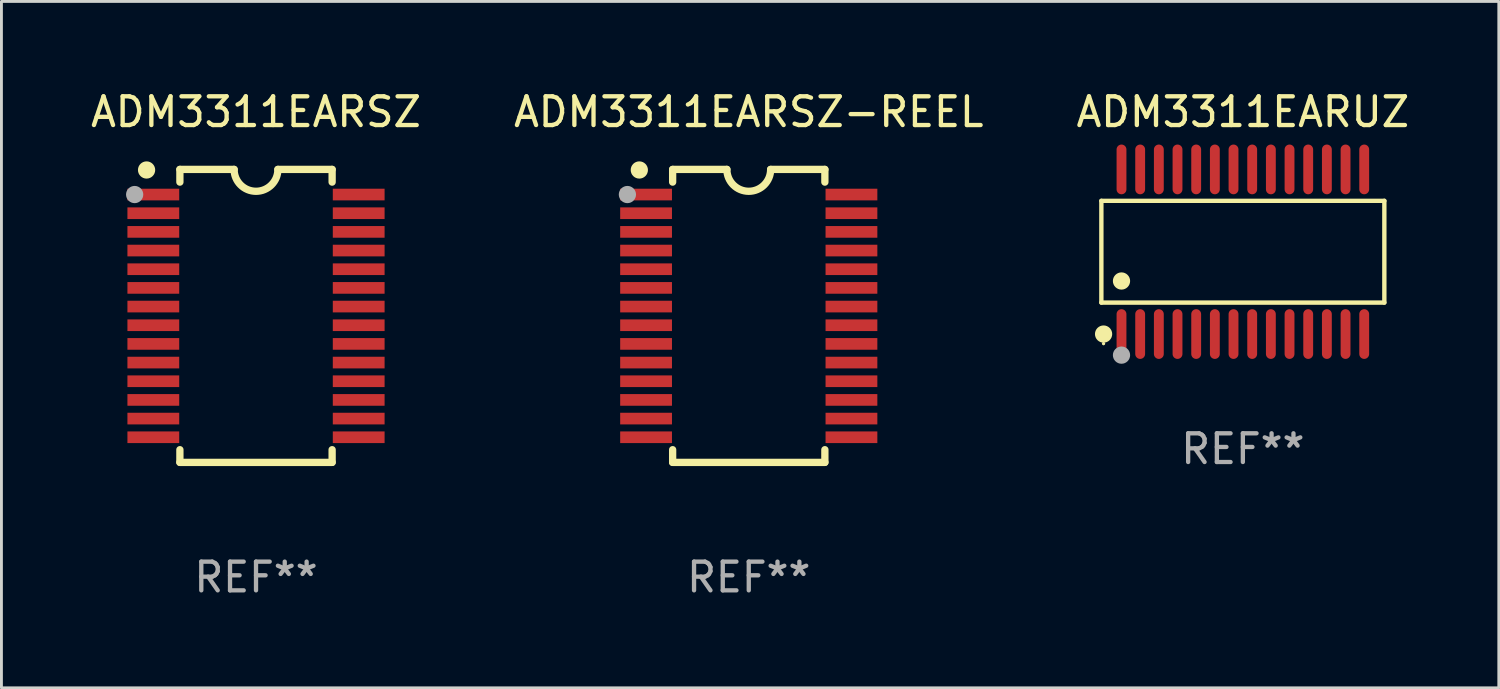
<source format=kicad_pcb>
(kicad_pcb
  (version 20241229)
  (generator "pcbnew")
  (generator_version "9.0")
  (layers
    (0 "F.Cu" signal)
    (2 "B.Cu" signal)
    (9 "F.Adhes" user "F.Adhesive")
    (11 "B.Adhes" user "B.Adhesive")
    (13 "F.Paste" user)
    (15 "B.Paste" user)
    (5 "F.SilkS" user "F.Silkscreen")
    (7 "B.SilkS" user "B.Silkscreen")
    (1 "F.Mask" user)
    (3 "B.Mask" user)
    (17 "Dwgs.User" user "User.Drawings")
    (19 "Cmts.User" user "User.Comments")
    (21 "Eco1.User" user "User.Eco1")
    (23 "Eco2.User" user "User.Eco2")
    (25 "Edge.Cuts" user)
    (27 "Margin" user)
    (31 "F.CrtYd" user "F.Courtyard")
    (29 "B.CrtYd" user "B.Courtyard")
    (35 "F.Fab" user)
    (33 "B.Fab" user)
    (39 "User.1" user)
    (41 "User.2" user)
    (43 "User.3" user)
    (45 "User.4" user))
  (footprint "ADM3311EARSZ"
    (layer "F.Cu")
    (at 5.863 7.948)
    (property "Reference" "ADM3311EARSZ" (at 0 -7.1 0) (layer "F.SilkS") (effects (font (size 1 1) (thickness 0.15))))
    (attr through_hole)
    (fp_line (start -2.65 -5.1) (end -0.762 -5.1) (stroke (width 0.254) (type solid)) (layer "F.SilkS"))
    (fp_line (start -2.65 -4.658) (end -2.65 -5.1) (stroke (width 0.254) (type solid)) (layer "F.SilkS"))
    (fp_line (start -2.65 5.1) (end -2.65 4.658) (stroke (width 0.254) (type solid)) (layer "F.SilkS"))
    (fp_line (start -2.65 5.1) (end 2.65 5.1) (stroke (width 0.254) (type solid)) (layer "F.SilkS"))
    (fp_line (start 2.65 -5.1) (end 0.762 -5.1) (stroke (width 0.254) (type solid)) (layer "F.SilkS"))
    (fp_line (start 2.65 -5.1) (end 2.65 -4.658) (stroke (width 0.254) (type solid)) (layer "F.SilkS"))
    (fp_line (start 2.65 4.658) (end 2.65 5.1) (stroke (width 0.254) (type solid)) (layer "F.SilkS"))
    (fp_arc (start 0.761925 -5.1) (mid -0.000241 -4.338329) (end -0.762077 -5.10033) (stroke (width 0.254001) (type solid)) (layer "F.SilkS"))
    (fp_circle (center -3.858 -5.07) (end -3.828 -5.07) (stroke (width 0.06) (type solid)) (fill no) (layer "F.SilkS"))
    (fp_circle (center -3.81 -5.08) (end -3.66 -5.08) (stroke (width 0.3) (type solid)) (fill no) (layer "F.SilkS"))
    (fp_circle (center -4.225 -4.225) (end -4.075 -4.225) (stroke (width 0.3) (type solid)) (fill no) (layer "F.Fab"))
    (fp_text user "REF**" (at 0 9.1 0) (layer "F.Fab") (effects (font (size 1 1) (thickness 0.15))))
    (pad "1" smd rect (at -3.575 -4.225) (size 1.803 0.406) (layers "F.Cu" "F.Mask" "F.Paste"))
    (pad "2" smd rect (at -3.575 -3.575) (size 1.803 0.406) (layers "F.Cu" "F.Mask" "F.Paste"))
    (pad "3" smd rect (at -3.575 -2.925) (size 1.803 0.406) (layers "F.Cu" "F.Mask" "F.Paste"))
    (pad "4" smd rect (at -3.575 -2.275) (size 1.803 0.406) (layers "F.Cu" "F.Mask" "F.Paste"))
    (pad "5" smd rect (at -3.575 -1.625) (size 1.803 0.406) (layers "F.Cu" "F.Mask" "F.Paste"))
    (pad "6" smd rect (at -3.575 -0.975) (size 1.803 0.406) (layers "F.Cu" "F.Mask" "F.Paste"))
    (pad "7" smd rect (at -3.575 -0.325) (size 1.803 0.406) (layers "F.Cu" "F.Mask" "F.Paste"))
    (pad "8" smd rect (at -3.575 0.325) (size 1.803 0.406) (layers "F.Cu" "F.Mask" "F.Paste"))
    (pad "9" smd rect (at -3.575 0.975) (size 1.803 0.406) (layers "F.Cu" "F.Mask" "F.Paste"))
    (pad "10" smd rect (at -3.575 1.625) (size 1.803 0.406) (layers "F.Cu" "F.Mask" "F.Paste"))
    (pad "11" smd rect (at -3.575 2.275) (size 1.803 0.406) (layers "F.Cu" "F.Mask" "F.Paste"))
    (pad "12" smd rect (at -3.575 2.925) (size 1.803 0.406) (layers "F.Cu" "F.Mask" "F.Paste"))
    (pad "13" smd rect (at -3.575 3.575) (size 1.803 0.406) (layers "F.Cu" "F.Mask" "F.Paste"))
    (pad "14" smd rect (at -3.575 4.225) (size 1.803 0.406) (layers "F.Cu" "F.Mask" "F.Paste"))
    (pad "15" smd rect (at 3.575 4.225) (size 1.803 0.406) (layers "F.Cu" "F.Mask" "F.Paste"))
    (pad "16" smd rect (at 3.575 3.575) (size 1.803 0.406) (layers "F.Cu" "F.Mask" "F.Paste"))
    (pad "17" smd rect (at 3.575 2.925) (size 1.803 0.406) (layers "F.Cu" "F.Mask" "F.Paste"))
    (pad "18" smd rect (at 3.575 2.275) (size 1.803 0.406) (layers "F.Cu" "F.Mask" "F.Paste"))
    (pad "19" smd rect (at 3.575 1.625) (size 1.803 0.406) (layers "F.Cu" "F.Mask" "F.Paste"))
    (pad "20" smd rect (at 3.575 0.975) (size 1.803 0.406) (layers "F.Cu" "F.Mask" "F.Paste"))
    (pad "21" smd rect (at 3.575 0.325) (size 1.803 0.406) (layers "F.Cu" "F.Mask" "F.Paste"))
    (pad "22" smd rect (at 3.575 -0.325) (size 1.803 0.406) (layers "F.Cu" "F.Mask" "F.Paste"))
    (pad "23" smd rect (at 3.575 -0.975) (size 1.803 0.406) (layers "F.Cu" "F.Mask" "F.Paste"))
    (pad "24" smd rect (at 3.575 -1.625) (size 1.803 0.406) (layers "F.Cu" "F.Mask" "F.Paste"))
    (pad "25" smd rect (at 3.575 -2.275) (size 1.803 0.406) (layers "F.Cu" "F.Mask" "F.Paste"))
    (pad "26" smd rect (at 3.575 -2.925) (size 1.803 0.406) (layers "F.Cu" "F.Mask" "F.Paste"))
    (pad "27" smd rect (at 3.575 -3.575) (size 1.803 0.406) (layers "F.Cu" "F.Mask" "F.Paste"))
    (pad "28" smd rect (at 3.575 -4.225) (size 1.803 0.406) (layers "F.Cu" "F.Mask" "F.Paste")))
  (footprint "ADM3311EARUZ"
    (layer "F.Cu")
    (at 40.22 5.714)
    (property "Reference" "ADM3311EARUZ" (at 0 -4.866 0) (layer "F.SilkS") (effects (font (size 1 1) (thickness 0.15))))
    (attr through_hole)
    (fp_line (start -4.926 -1.772) (end 4.926 -1.772) (stroke (width 0.152) (type solid)) (layer "F.SilkS"))
    (fp_line (start -4.926 1.771) (end -4.926 -1.772) (stroke (width 0.152) (type solid)) (layer "F.SilkS"))
    (fp_line (start 4.926 -1.772) (end 4.926 1.771) (stroke (width 0.152) (type solid)) (layer "F.SilkS"))
    (fp_line (start 4.926 1.771) (end -4.926 1.771) (stroke (width 0.152) (type solid)) (layer "F.SilkS"))
    (fp_circle (center -4.85 3.2) (end -4.82 3.2) (stroke (width 0.06) (type solid)) (fill no) (layer "F.SilkS"))
    (fp_circle (center -4.849 2.866) (end -4.699 2.866) (stroke (width 0.3) (type solid)) (fill no) (layer "F.SilkS"))
    (fp_circle (center -4.225 1.019) (end -4.075 1.019) (stroke (width 0.3) (type solid)) (fill no) (layer "F.SilkS"))
    (fp_circle (center -4.225 3.6) (end -4.075 3.6) (stroke (width 0.3) (type solid)) (fill no) (layer "F.Fab"))
    (fp_text user "REF**" (at 0 6.866 0) (layer "F.Fab") (effects (font (size 1 1) (thickness 0.15))))
    (pad "1" smd oval (at -4.225 2.866) (size 0.343 1.731) (layers "F.Cu" "F.Mask" "F.Paste"))
    (pad "2" smd oval (at -3.575 2.866) (size 0.343 1.731) (layers "F.Cu" "F.Mask" "F.Paste"))
    (pad "3" smd oval (at -2.925 2.866) (size 0.343 1.731) (layers "F.Cu" "F.Mask" "F.Paste"))
    (pad "4" smd oval (at -2.275 2.866) (size 0.343 1.731) (layers "F.Cu" "F.Mask" "F.Paste"))
    (pad "5" smd oval (at -1.625 2.866) (size 0.343 1.731) (layers "F.Cu" "F.Mask" "F.Paste"))
    (pad "6" smd oval (at -0.975 2.866) (size 0.343 1.731) (layers "F.Cu" "F.Mask" "F.Paste"))
    (pad "7" smd oval (at -0.325 2.866) (size 0.343 1.731) (layers "F.Cu" "F.Mask" "F.Paste"))
    (pad "8" smd oval (at 0.325 2.866) (size 0.343 1.731) (layers "F.Cu" "F.Mask" "F.Paste"))
    (pad "9" smd oval (at 0.975 2.866) (size 0.343 1.731) (layers "F.Cu" "F.Mask" "F.Paste"))
    (pad "10" smd oval (at 1.625 2.866) (size 0.343 1.731) (layers "F.Cu" "F.Mask" "F.Paste"))
    (pad "11" smd oval (at 2.275 2.866) (size 0.343 1.731) (layers "F.Cu" "F.Mask" "F.Paste"))
    (pad "12" smd oval (at 2.925 2.866) (size 0.343 1.731) (layers "F.Cu" "F.Mask" "F.Paste"))
    (pad "13" smd oval (at 3.575 2.866) (size 0.343 1.731) (layers "F.Cu" "F.Mask" "F.Paste"))
    (pad "14" smd oval (at 4.225 2.866) (size 0.343 1.731) (layers "F.Cu" "F.Mask" "F.Paste"))
    (pad "15" smd oval (at 4.225 -2.866) (size 0.343 1.731) (layers "F.Cu" "F.Mask" "F.Paste"))
    (pad "16" smd oval (at 3.575 -2.866) (size 0.343 1.731) (layers "F.Cu" "F.Mask" "F.Paste"))
    (pad "17" smd oval (at 2.925 -2.866) (size 0.343 1.731) (layers "F.Cu" "F.Mask" "F.Paste"))
    (pad "18" smd oval (at 2.275 -2.866) (size 0.343 1.731) (layers "F.Cu" "F.Mask" "F.Paste"))
    (pad "19" smd oval (at 1.625 -2.866) (size 0.343 1.731) (layers "F.Cu" "F.Mask" "F.Paste"))
    (pad "20" smd oval (at 0.975 -2.866) (size 0.343 1.731) (layers "F.Cu" "F.Mask" "F.Paste"))
    (pad "21" smd oval (at 0.325 -2.866) (size 0.343 1.731) (layers "F.Cu" "F.Mask" "F.Paste"))
    (pad "22" smd oval (at -0.325 -2.866) (size 0.343 1.731) (layers "F.Cu" "F.Mask" "F.Paste"))
    (pad "23" smd oval (at -0.975 -2.866) (size 0.343 1.731) (layers "F.Cu" "F.Mask" "F.Paste"))
    (pad "24" smd oval (at -1.625 -2.866) (size 0.343 1.731) (layers "F.Cu" "F.Mask" "F.Paste"))
    (pad "25" smd oval (at -2.275 -2.866) (size 0.343 1.731) (layers "F.Cu" "F.Mask" "F.Paste"))
    (pad "26" smd oval (at -2.925 -2.866) (size 0.343 1.731) (layers "F.Cu" "F.Mask" "F.Paste"))
    (pad "27" smd oval (at -3.575 -2.866) (size 0.343 1.731) (layers "F.Cu" "F.Mask" "F.Paste"))
    (pad "28" smd oval (at -4.225 -2.866) (size 0.343 1.731) (layers "F.Cu" "F.Mask" "F.Paste")))
  (footprint "ADM3311EARSZ-REEL"
    (layer "F.Cu")
    (at 23.018 7.948)
    (property "Reference" "ADM3311EARSZ-REEL" (at 0 -7.1 0) (layer "F.SilkS") (effects (font (size 1 1) (thickness 0.15))))
    (attr through_hole)
    (fp_line (start -2.65 -5.1) (end -0.762 -5.1) (stroke (width 0.254) (type solid)) (layer "F.SilkS"))
    (fp_line (start -2.65 -4.658) (end -2.65 -5.1) (stroke (width 0.254) (type solid)) (layer "F.SilkS"))
    (fp_line (start -2.65 5.1) (end -2.65 4.658) (stroke (width 0.254) (type solid)) (layer "F.SilkS"))
    (fp_line (start -2.65 5.1) (end 2.65 5.1) (stroke (width 0.254) (type solid)) (layer "F.SilkS"))
    (fp_line (start 2.65 -5.1) (end 0.762 -5.1) (stroke (width 0.254) (type solid)) (layer "F.SilkS"))
    (fp_line (start 2.65 -5.1) (end 2.65 -4.658) (stroke (width 0.254) (type solid)) (layer "F.SilkS"))
    (fp_line (start 2.65 4.658) (end 2.65 5.1) (stroke (width 0.254) (type solid)) (layer "F.SilkS"))
    (fp_arc (start 0.761925 -5.1) (mid -0.000241 -4.338329) (end -0.762077 -5.10033) (stroke (width 0.254001) (type solid)) (layer "F.SilkS"))
    (fp_circle (center -3.858 -5.07) (end -3.828 -5.07) (stroke (width 0.06) (type solid)) (fill no) (layer "F.SilkS"))
    (fp_circle (center -3.81 -5.08) (end -3.66 -5.08) (stroke (width 0.3) (type solid)) (fill no) (layer "F.SilkS"))
    (fp_circle (center -4.225 -4.225) (end -4.075 -4.225) (stroke (width 0.3) (type solid)) (fill no) (layer "F.Fab"))
    (fp_text user "REF**" (at 0 9.1 0) (layer "F.Fab") (effects (font (size 1 1) (thickness 0.15))))
    (pad "1" smd rect (at -3.575 -4.225) (size 1.803 0.406) (layers "F.Cu" "F.Mask" "F.Paste"))
    (pad "2" smd rect (at -3.575 -3.575) (size 1.803 0.406) (layers "F.Cu" "F.Mask" "F.Paste"))
    (pad "3" smd rect (at -3.575 -2.925) (size 1.803 0.406) (layers "F.Cu" "F.Mask" "F.Paste"))
    (pad "4" smd rect (at -3.575 -2.275) (size 1.803 0.406) (layers "F.Cu" "F.Mask" "F.Paste"))
    (pad "5" smd rect (at -3.575 -1.625) (size 1.803 0.406) (layers "F.Cu" "F.Mask" "F.Paste"))
    (pad "6" smd rect (at -3.575 -0.975) (size 1.803 0.406) (layers "F.Cu" "F.Mask" "F.Paste"))
    (pad "7" smd rect (at -3.575 -0.325) (size 1.803 0.406) (layers "F.Cu" "F.Mask" "F.Paste"))
    (pad "8" smd rect (at -3.575 0.325) (size 1.803 0.406) (layers "F.Cu" "F.Mask" "F.Paste"))
    (pad "9" smd rect (at -3.575 0.975) (size 1.803 0.406) (layers "F.Cu" "F.Mask" "F.Paste"))
    (pad "10" smd rect (at -3.575 1.625) (size 1.803 0.406) (layers "F.Cu" "F.Mask" "F.Paste"))
    (pad "11" smd rect (at -3.575 2.275) (size 1.803 0.406) (layers "F.Cu" "F.Mask" "F.Paste"))
    (pad "12" smd rect (at -3.575 2.925) (size 1.803 0.406) (layers "F.Cu" "F.Mask" "F.Paste"))
    (pad "13" smd rect (at -3.575 3.575) (size 1.803 0.406) (layers "F.Cu" "F.Mask" "F.Paste"))
    (pad "14" smd rect (at -3.575 4.225) (size 1.803 0.406) (layers "F.Cu" "F.Mask" "F.Paste"))
    (pad "15" smd rect (at 3.575 4.225) (size 1.803 0.406) (layers "F.Cu" "F.Mask" "F.Paste"))
    (pad "16" smd rect (at 3.575 3.575) (size 1.803 0.406) (layers "F.Cu" "F.Mask" "F.Paste"))
    (pad "17" smd rect (at 3.575 2.925) (size 1.803 0.406) (layers "F.Cu" "F.Mask" "F.Paste"))
    (pad "18" smd rect (at 3.575 2.275) (size 1.803 0.406) (layers "F.Cu" "F.Mask" "F.Paste"))
    (pad "19" smd rect (at 3.575 1.625) (size 1.803 0.406) (layers "F.Cu" "F.Mask" "F.Paste"))
    (pad "20" smd rect (at 3.575 0.975) (size 1.803 0.406) (layers "F.Cu" "F.Mask" "F.Paste"))
    (pad "21" smd rect (at 3.575 0.325) (size 1.803 0.406) (layers "F.Cu" "F.Mask" "F.Paste"))
    (pad "22" smd rect (at 3.575 -0.325) (size 1.803 0.406) (layers "F.Cu" "F.Mask" "F.Paste"))
    (pad "23" smd rect (at 3.575 -0.975) (size 1.803 0.406) (layers "F.Cu" "F.Mask" "F.Paste"))
    (pad "24" smd rect (at 3.575 -1.625) (size 1.803 0.406) (layers "F.Cu" "F.Mask" "F.Paste"))
    (pad "25" smd rect (at 3.575 -2.275) (size 1.803 0.406) (layers "F.Cu" "F.Mask" "F.Paste"))
    (pad "26" smd rect (at 3.575 -2.925) (size 1.803 0.406) (layers "F.Cu" "F.Mask" "F.Paste"))
    (pad "27" smd rect (at 3.575 -3.575) (size 1.803 0.406) (layers "F.Cu" "F.Mask" "F.Paste"))
    (pad "28" smd rect (at 3.575 -4.225) (size 1.803 0.406) (layers "F.Cu" "F.Mask" "F.Paste")))
  (gr_rect
    (start -3 -3)
    (end 49.131 20.896)
    (stroke (width 0.1) (type default))
    (fill no)
    (layer "Edge.Cuts")))
</source>
